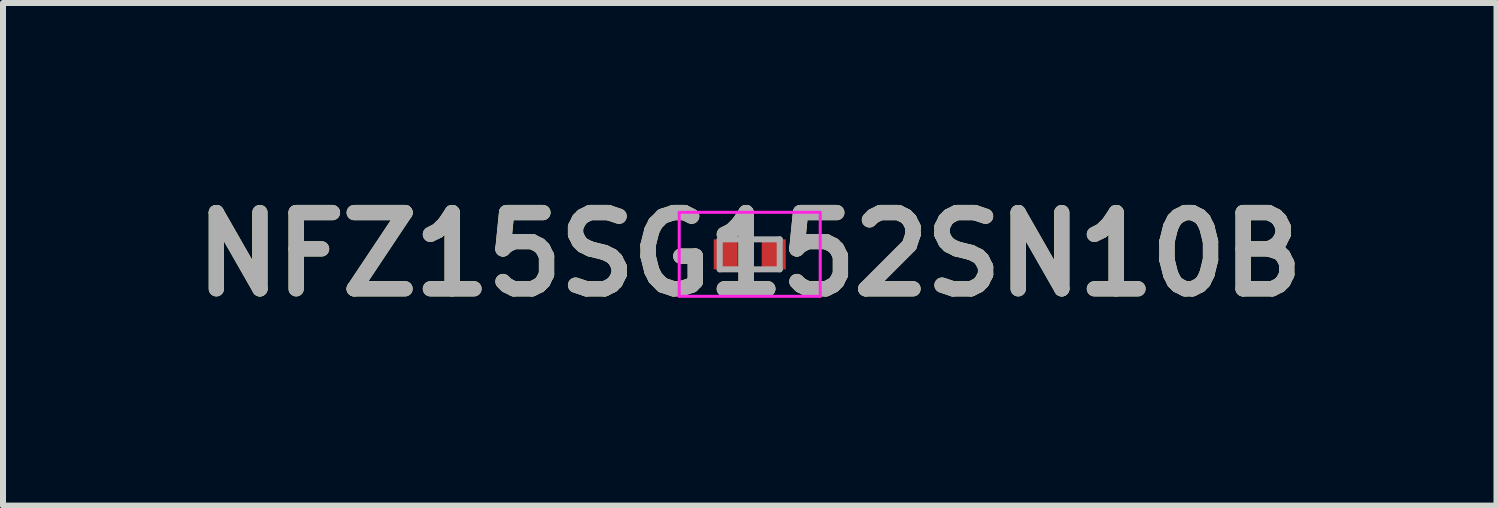
<source format=kicad_pcb>
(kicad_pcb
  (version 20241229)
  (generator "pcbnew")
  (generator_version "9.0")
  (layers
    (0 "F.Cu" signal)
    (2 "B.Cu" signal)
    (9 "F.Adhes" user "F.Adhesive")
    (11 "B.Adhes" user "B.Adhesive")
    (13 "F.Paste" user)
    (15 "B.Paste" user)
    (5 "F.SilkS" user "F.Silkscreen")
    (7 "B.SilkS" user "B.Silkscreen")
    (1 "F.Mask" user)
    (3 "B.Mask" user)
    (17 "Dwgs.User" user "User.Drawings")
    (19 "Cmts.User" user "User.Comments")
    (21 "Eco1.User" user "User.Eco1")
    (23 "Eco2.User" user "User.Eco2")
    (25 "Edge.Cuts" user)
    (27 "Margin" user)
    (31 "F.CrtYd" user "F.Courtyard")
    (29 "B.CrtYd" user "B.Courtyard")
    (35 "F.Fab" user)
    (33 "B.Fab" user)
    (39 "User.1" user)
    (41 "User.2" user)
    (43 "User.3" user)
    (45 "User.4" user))
  (footprint "NFZ15SG152SN10B"
    (layer "F.Cu")
    (at 9.446 1.189)
    (property "Reference" "NFZ15SG152SN10B" (at 0 0 0) (layer "F.SilkS") (effects (font (size 1.27 1.27) (thickness 0.254))))
    (attr smd)
    (fp_line (start 0 -0.15) (end 0 0.15) (stroke (width 0.05) (type solid)) (layer "F.SilkS"))
    (fp_line (start -1.175 -0.7) (end 1.175 -0.7) (stroke (width 0.05) (type solid)) (layer "F.CrtYd"))
    (fp_line (start -1.175 0.7) (end -1.175 -0.7) (stroke (width 0.05) (type solid)) (layer "F.CrtYd"))
    (fp_line (start 1.175 -0.7) (end 1.175 0.7) (stroke (width 0.05) (type solid)) (layer "F.CrtYd"))
    (fp_line (start 1.175 0.7) (end -1.175 0.7) (stroke (width 0.05) (type solid)) (layer "F.CrtYd"))
    (fp_line (start -0.5 -0.25) (end 0.5 -0.25) (stroke (width 0.1) (type solid)) (layer "F.Fab"))
    (fp_line (start -0.5 0.25) (end -0.5 -0.25) (stroke (width 0.1) (type solid)) (layer "F.Fab"))
    (fp_line (start 0.5 -0.25) (end 0.5 0.25) (stroke (width 0.1) (type solid)) (layer "F.Fab"))
    (fp_line (start 0.5 0.25) (end -0.5 0.25) (stroke (width 0.1) (type solid)) (layer "F.Fab"))
    (fp_text user "${REFERENCE}" (at 0 0 0) (layer "F.Fab") (effects (font (size 1.27 1.27) (thickness 0.254))))
    (pad "1" smd rect (at -0.4 0) (size 0.4 0.5) (layers "F.Cu" "F.Mask" "F.Paste"))
    (pad "2" smd rect (at 0.4 0) (size 0.4 0.5) (layers "F.Cu" "F.Mask" "F.Paste")))
  (gr_rect
    (start -3 -3)
    (end 21.893 5.377)
    (stroke (width 0.1) (type default))
    (fill no)
    (layer "Edge.Cuts")))
</source>
